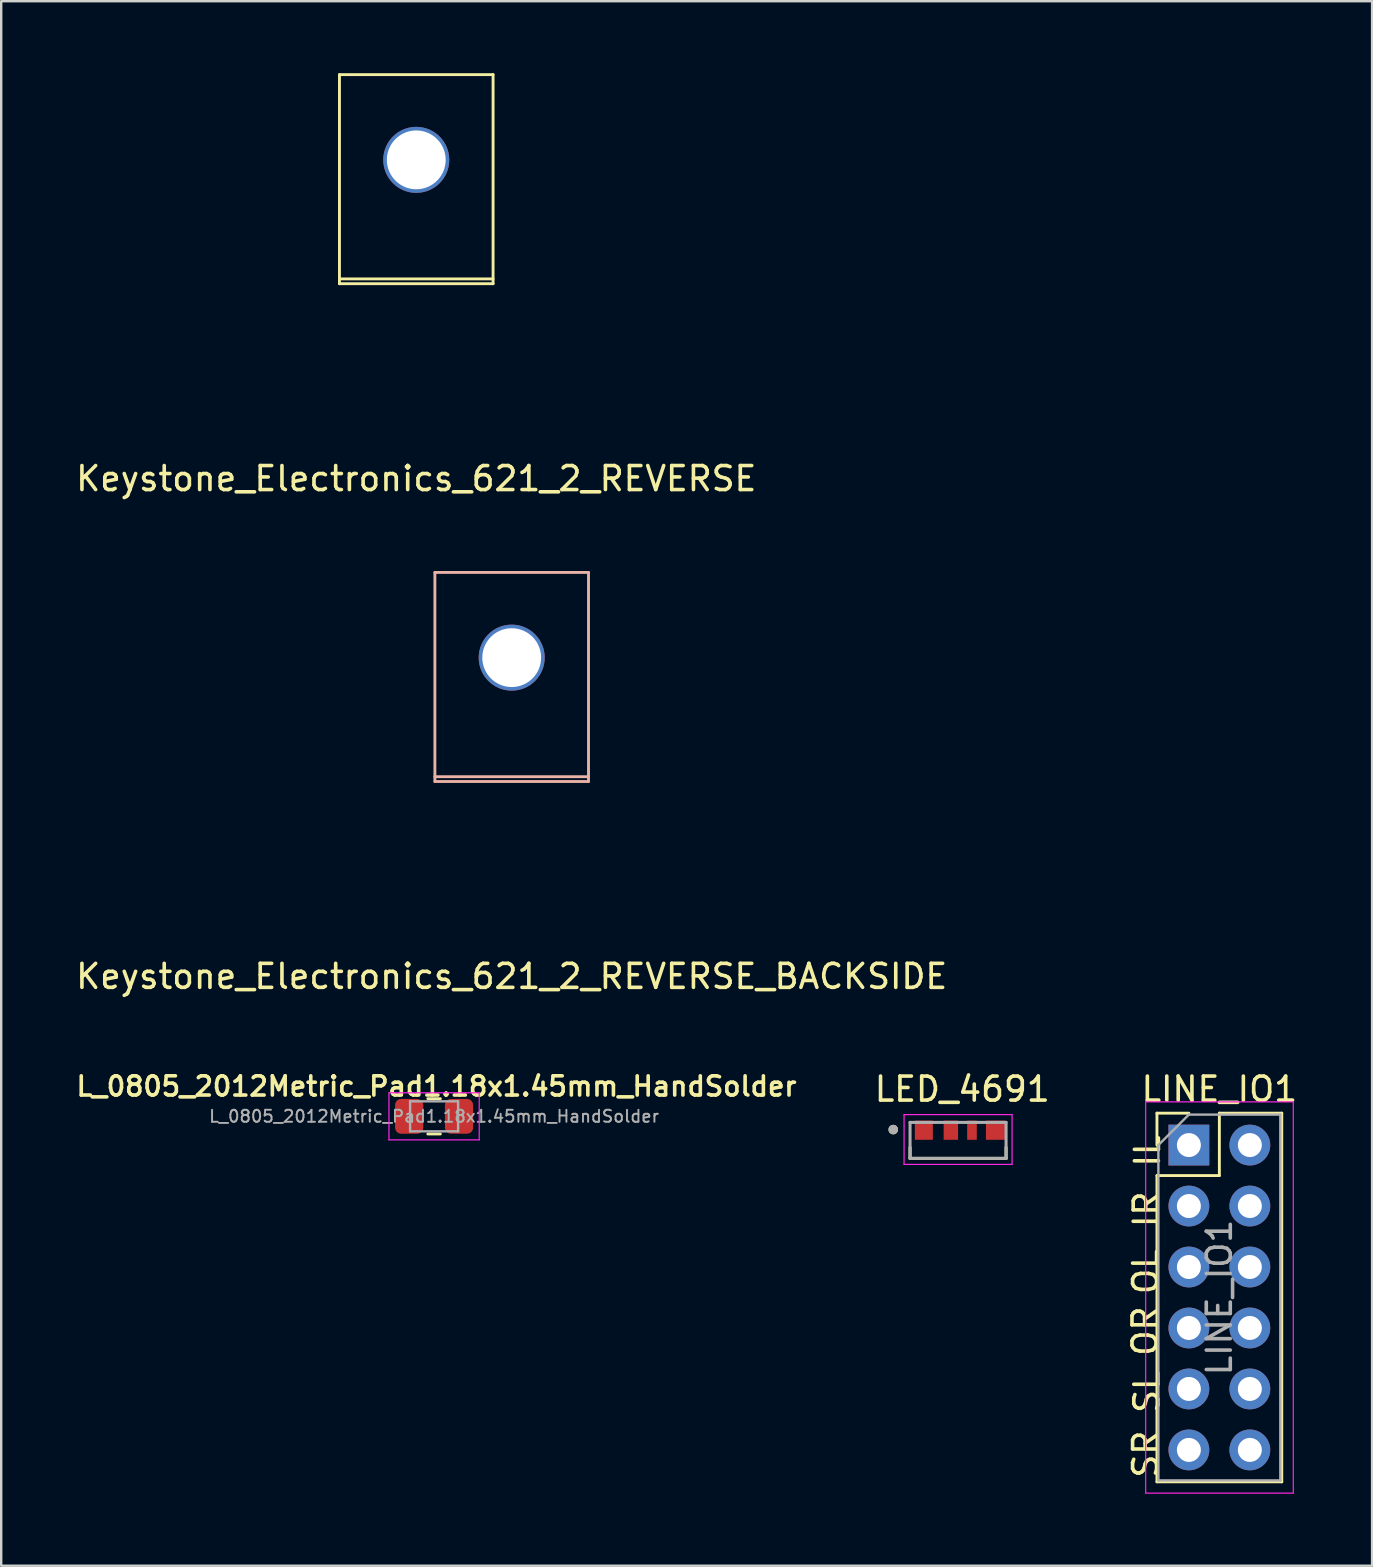
<source format=kicad_pcb>
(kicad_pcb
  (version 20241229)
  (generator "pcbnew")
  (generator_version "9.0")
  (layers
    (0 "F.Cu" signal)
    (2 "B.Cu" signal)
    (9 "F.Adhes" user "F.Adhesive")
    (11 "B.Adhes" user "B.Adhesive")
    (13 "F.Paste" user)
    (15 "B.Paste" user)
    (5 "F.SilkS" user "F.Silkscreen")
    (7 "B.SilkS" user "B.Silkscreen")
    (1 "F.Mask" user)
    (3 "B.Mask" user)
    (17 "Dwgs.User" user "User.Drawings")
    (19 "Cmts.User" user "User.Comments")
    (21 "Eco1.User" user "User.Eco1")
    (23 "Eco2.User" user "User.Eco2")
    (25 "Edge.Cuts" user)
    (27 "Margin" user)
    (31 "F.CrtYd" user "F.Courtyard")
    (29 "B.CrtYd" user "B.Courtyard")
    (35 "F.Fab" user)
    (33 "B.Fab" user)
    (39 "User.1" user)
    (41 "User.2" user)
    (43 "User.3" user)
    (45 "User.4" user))
  (footprint "Keystone_Electronics_621_2_REVERSE_BACKSIDE"
    (layer "F.Cu")
    (at 18.268 29.508)
    (property "Reference" "Keystone_Electronics_621_2_REVERSE_BACKSIDE" (at 0 8.12 0) (layer "F.SilkS") (effects (font (size 1 1) (thickness 0.15))))
    (attr through_hole)
    (fp_line (start -3.2 -8.71) (end 3.2 -8.71) (stroke (width 0.12) (type solid)) (layer "B.SilkS"))
    (fp_line (start -3.2 -0.2) (end 3.2 -0.2) (stroke (width 0.12) (type solid)) (layer "B.SilkS"))
    (fp_line (start -3.2 0) (end -3.2 -8.71) (stroke (width 0.12) (type solid)) (layer "B.SilkS"))
    (fp_line (start -3.2 0) (end 3.2 0) (stroke (width 0.12) (type solid)) (layer "B.SilkS"))
    (fp_line (start 3.2 0) (end 3.2 -8.71) (stroke (width 0.12) (type solid)) (layer "B.SilkS"))
    (pad "1" thru_hole circle (at 0 -5.16 90) (size 2.75 2.75) (drill 2.45) (layers "*.Cu" "*.Mask")))
  (footprint "LINE_IO1"
    (layer "F.Cu")
    (at 46.48 44.655)
    (property "Reference" "LINE_IO1" (at 1.27 -2.33 0) (layer "F.SilkS") (effects (font (size 1 1) (thickness 0.15))))
    (attr through_hole)
    (fp_line (start -1.33 -1.33) (end 0 -1.33) (stroke (width 0.12) (type solid)) (layer "F.SilkS"))
    (fp_line (start -1.33 0) (end -1.33 -1.33) (stroke (width 0.12) (type solid)) (layer "F.SilkS"))
    (fp_line (start -1.33 1.27) (end -1.33 14.03) (stroke (width 0.12) (type solid)) (layer "F.SilkS"))
    (fp_line (start -1.33 1.27) (end 1.27 1.27) (stroke (width 0.12) (type solid)) (layer "F.SilkS"))
    (fp_line (start -1.33 14.03) (end 3.87 14.03) (stroke (width 0.12) (type solid)) (layer "F.SilkS"))
    (fp_line (start 1.27 -1.33) (end 3.87 -1.33) (stroke (width 0.12) (type solid)) (layer "F.SilkS"))
    (fp_line (start 1.27 1.27) (end 1.27 -1.33) (stroke (width 0.12) (type solid)) (layer "F.SilkS"))
    (fp_line (start 3.87 -1.33) (end 3.87 14.03) (stroke (width 0.12) (type solid)) (layer "F.SilkS"))
    (fp_line (start -1.8 -1.8) (end -1.8 14.5) (stroke (width 0.05) (type solid)) (layer "F.CrtYd"))
    (fp_line (start -1.8 14.5) (end 4.35 14.5) (stroke (width 0.05) (type solid)) (layer "F.CrtYd"))
    (fp_line (start 4.35 -1.8) (end -1.8 -1.8) (stroke (width 0.05) (type solid)) (layer "F.CrtYd"))
    (fp_line (start 4.35 14.5) (end 4.35 -1.8) (stroke (width 0.05) (type solid)) (layer "F.CrtYd"))
    (fp_line (start -1.27 0) (end 0 -1.27) (stroke (width 0.1) (type solid)) (layer "F.Fab"))
    (fp_line (start -1.27 13.97) (end -1.27 0) (stroke (width 0.1) (type solid)) (layer "F.Fab"))
    (fp_line (start 0 -1.27) (end 3.81 -1.27) (stroke (width 0.1) (type solid)) (layer "F.Fab"))
    (fp_line (start 3.81 -1.27) (end 3.81 13.97) (stroke (width 0.1) (type solid)) (layer "F.Fab"))
    (fp_line (start 3.81 13.97) (end -1.27 13.97) (stroke (width 0.1) (type solid)) (layer "F.Fab"))
    (fp_text user "SR" (at -1.8 12.875 90) (unlocked yes) (layer "F.SilkS") (effects (font (size 1 1) (thickness 0.15))))
    (fp_text user "IL" (at -1.725 0.25 90) (unlocked yes) (layer "F.SilkS") (effects (font (size 1 1) (thickness 0.15))))
    (fp_text user "SL" (at -1.75 10.275 90) (unlocked yes) (layer "F.SilkS") (effects (font (size 1 1) (thickness 0.15))))
    (fp_text user "OR" (at -1.825 7.75 90) (unlocked yes) (layer "F.SilkS") (effects (font (size 1 1) (thickness 0.15))))
    (fp_text user "IR" (at -1.775 2.675 90) (unlocked yes) (layer "F.SilkS") (effects (font (size 1 1) (thickness 0.15))))
    (fp_text user "OL" (at -1.8 5.275 90) (unlocked yes) (layer "F.SilkS") (effects (font (size 1 1) (thickness 0.15))))
    (fp_text user "${REFERENCE}" (at 1.27 6.35 90) (layer "F.Fab") (effects (font (size 1 1) (thickness 0.15))))
    (pad "1" thru_hole rect (at 0 0) (size 1.7 1.7) (drill 1) (layers "*.Cu" "*.Mask"))
    (pad "2" thru_hole oval (at 2.54 0) (size 1.7 1.7) (drill 1) (layers "*.Cu" "*.Mask"))
    (pad "3" thru_hole oval (at 0 2.54) (size 1.7 1.7) (drill 1) (layers "*.Cu" "*.Mask"))
    (pad "4" thru_hole oval (at 2.54 2.54) (size 1.7 1.7) (drill 1) (layers "*.Cu" "*.Mask"))
    (pad "5" thru_hole oval (at 0 5.08) (size 1.7 1.7) (drill 1) (layers "*.Cu" "*.Mask"))
    (pad "6" thru_hole oval (at 2.54 5.08) (size 1.7 1.7) (drill 1) (layers "*.Cu" "*.Mask"))
    (pad "7" thru_hole oval (at 0 7.62) (size 1.7 1.7) (drill 1) (layers "*.Cu" "*.Mask"))
    (pad "8" thru_hole oval (at 2.54 7.62) (size 1.7 1.7) (drill 1) (layers "*.Cu" "*.Mask"))
    (pad "9" thru_hole oval (at 0 10.16) (size 1.7 1.7) (drill 1) (layers "*.Cu" "*.Mask"))
    (pad "10" thru_hole oval (at 2.54 10.16) (size 1.7 1.7) (drill 1) (layers "*.Cu" "*.Mask"))
    (pad "11" thru_hole oval (at 0 12.7) (size 1.7 1.7) (drill 1) (layers "*.Cu" "*.Mask"))
    (pad "12" thru_hole oval (at 2.54 12.7) (size 1.7 1.7) (drill 1) (layers "*.Cu" "*.Mask")))
  (footprint "Keystone_Electronics_621_2_REVERSE"
    (layer "F.Cu")
    (at 14.292 8.77)
    (property "Reference" "Keystone_Electronics_621_2_REVERSE" (at 0 8.12 0) (layer "F.SilkS") (effects (font (size 1 1) (thickness 0.15))))
    (attr through_hole)
    (fp_line (start -3.2 0) (end -3.2 -8.71) (stroke (width 0.12) (type solid)) (layer "F.SilkS"))
    (fp_line (start 3.2 -8.71) (end -3.2 -8.71) (stroke (width 0.12) (type solid)) (layer "F.SilkS"))
    (fp_line (start 3.2 -0.2) (end -3.2 -0.2) (stroke (width 0.12) (type solid)) (layer "F.SilkS"))
    (fp_line (start 3.2 0) (end -3.2 0) (stroke (width 0.12) (type solid)) (layer "F.SilkS"))
    (fp_line (start 3.2 0) (end 3.2 -8.71) (stroke (width 0.12) (type solid)) (layer "F.SilkS"))
    (pad "1" thru_hole circle (at 0 -5.16 270) (size 2.75 2.75) (drill 2.45) (layers "*.Cu" "*.Mask")))
  (footprint "L_0805_2012Metric_Pad1.18x1.45mm_HandSolder"
    (layer "F.Cu")
    (at 15.035 43.458)
    (property "Reference" "L_0805_2012Metric_Pad1.18x1.45mm_HandSolder" (at 0.1 -1.25 180) (layer "F.SilkS") (effects (font (size 0.8 0.8) (thickness 0.15))))
    (attr smd)
    (fp_line (start -0.261 -0.735) (end 0.261 -0.735) (stroke (width 0.12) (type solid)) (layer "F.SilkS"))
    (fp_line (start -0.261 0.735) (end 0.261 0.735) (stroke (width 0.12) (type solid)) (layer "F.SilkS"))
    (fp_line (start -1.88 -0.98) (end 1.88 -0.98) (stroke (width 0.05) (type solid)) (layer "F.CrtYd"))
    (fp_line (start -1.88 0.98) (end -1.88 -0.98) (stroke (width 0.05) (type solid)) (layer "F.CrtYd"))
    (fp_line (start 1.88 -0.98) (end 1.88 0.98) (stroke (width 0.05) (type solid)) (layer "F.CrtYd"))
    (fp_line (start 1.88 0.98) (end -1.88 0.98) (stroke (width 0.05) (type solid)) (layer "F.CrtYd"))
    (fp_line (start -1 -0.625) (end 1 -0.625) (stroke (width 0.1) (type solid)) (layer "F.Fab"))
    (fp_line (start -1 0.625) (end -1 -0.625) (stroke (width 0.1) (type solid)) (layer "F.Fab"))
    (fp_line (start 1 -0.625) (end 1 0.625) (stroke (width 0.1) (type solid)) (layer "F.Fab"))
    (fp_line (start 1 0.625) (end -1 0.625) (stroke (width 0.1) (type solid)) (layer "F.Fab"))
    (fp_text user "${REFERENCE}" (at 0 0 180) (layer "F.Fab") (effects (font (size 0.5 0.5) (thickness 0.08))))
    (pad "1" smd roundrect (at -1.038 0) (size 1.175 1.45) (layers "F.Cu" "F.Mask" "F.Paste") (roundrect_rratio 0.213))
    (pad "2" smd roundrect (at 1.038 0) (size 1.175 1.45) (layers "F.Cu" "F.Mask" "F.Paste") (roundrect_rratio 0.213)))
  (footprint "LED_4691"
    (layer "F.Cu")
    (at 36.864 44.46)
    (property "Reference" "LED_4691" (at 0.175 -2.135 0) (layer "F.SilkS") (effects (font (size 1 1) (thickness 0.15))))
    (attr smd)
    (fp_line (start -2 0.75) (end -2 0.295) (stroke (width 0.127) (type solid)) (layer "F.SilkS"))
    (fp_line (start 2 0.295) (end 2 0.75) (stroke (width 0.127) (type solid)) (layer "F.SilkS"))
    (fp_line (start 2 0.75) (end -2 0.75) (stroke (width 0.127) (type solid)) (layer "F.SilkS"))
    (fp_circle (center -2.7 -0.45) (end -2.6 -0.45) (stroke (width 0.2) (type solid)) (fill no) (layer "F.SilkS"))
    (fp_line (start -2.25 -1.075) (end 2.25 -1.075) (stroke (width 0.05) (type solid)) (layer "F.CrtYd"))
    (fp_line (start -2.25 1) (end -2.25 -1.075) (stroke (width 0.05) (type solid)) (layer "F.CrtYd"))
    (fp_line (start 2.25 -1.075) (end 2.25 1) (stroke (width 0.05) (type solid)) (layer "F.CrtYd"))
    (fp_line (start 2.25 1) (end -2.25 1) (stroke (width 0.05) (type solid)) (layer "F.CrtYd"))
    (fp_line (start -2 -0.75) (end 2 -0.75) (stroke (width 0.127) (type solid)) (layer "F.Fab"))
    (fp_line (start -2 0.75) (end -2 -0.75) (stroke (width 0.127) (type solid)) (layer "F.Fab"))
    (fp_line (start 2 -0.75) (end 2 0.75) (stroke (width 0.127) (type solid)) (layer "F.Fab"))
    (fp_line (start 2 0.75) (end -2 0.75) (stroke (width 0.127) (type solid)) (layer "F.Fab"))
    (fp_circle (center -2.7 -0.45) (end -2.6 -0.45) (stroke (width 0.2) (type solid)) (fill no) (layer "F.Fab"))
    (pad "1" smd rect (at -1.425 -0.425) (size 0.75 0.8) (layers "F.Cu" "F.Mask" "F.Paste"))
    (pad "2" smd rect (at -0.3 -0.425) (size 0.6 0.8) (layers "F.Cu" "F.Mask" "F.Paste"))
    (pad "3" smd rect (at 0.58 -0.425) (size 0.4 0.8) (layers "F.Cu" "F.Mask" "F.Paste"))
    (pad "4" smd rect (at 1.56 -0.425) (size 0.8 0.8) (layers "F.Cu" "F.Mask" "F.Paste")))
  (gr_rect
    (start -3 -3)
    (end 54.113 62.18)
    (stroke (width 0.1) (type default))
    (fill no)
    (layer "Edge.Cuts")))
</source>
